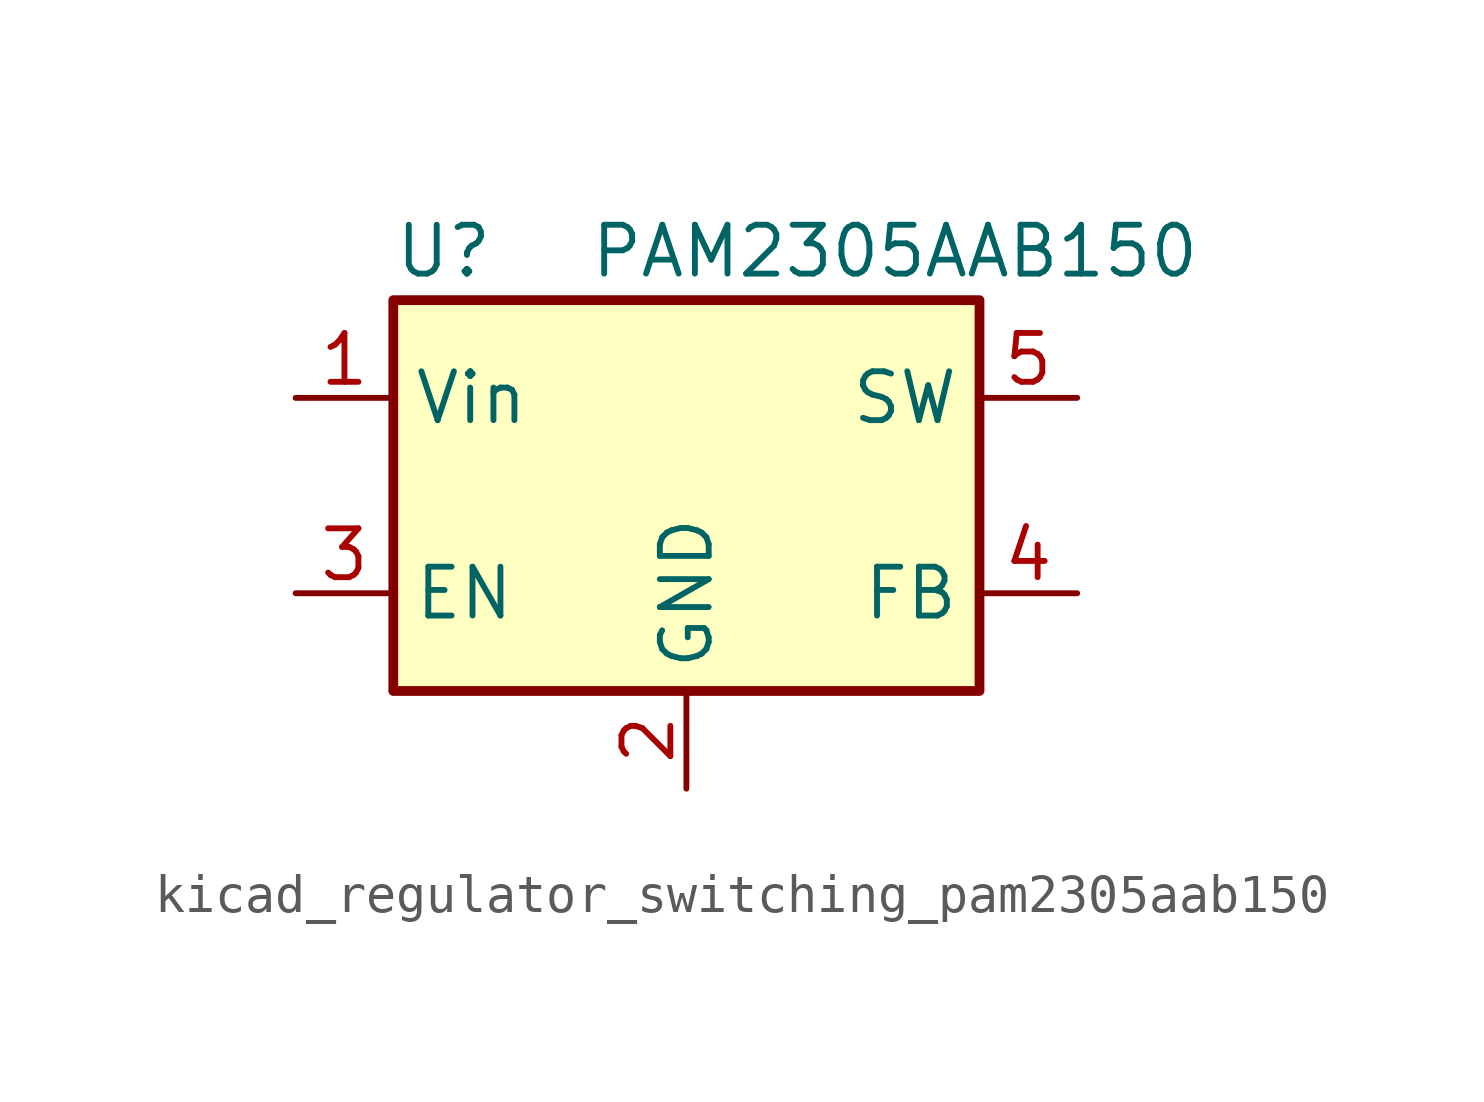
<source format=kicad_sym>
(kicad_symbol_lib
  (version 20220914)
  (generator kicad_symbol_editor)
  (symbol "kicad_regulator_switching_pam2305aab150"
    (property "Reference" "U"
      (at -7.62 6.35 0)
      (effects (font (size 1.27 1.27)) (justify left)))
    (property "Value" "PAM2305AAB150"
      (at -2.54 6.35 0)
      (effects (font (size 1.27 1.27)) (justify left)))
    (symbol "kicad_regulator_switching_pam2305aab150_0_1"
      (rectangle (start -7.62 5.08) (end 7.62 -5.08) (stroke (width 0.254) (type default)) (fill (type background))))
    (symbol "kicad_regulator_switching_pam2305aab150_1_1"
      (pin power_in line (at -10.16 2.54 0) (length 2.54) (name "Vin" (effects (font (size 1.27 1.27)))) (number "1" (effects (font (size 1.27 1.27)))))
      (pin power_in line (at 0 -7.62 90) (length 2.54) (name "GND" (effects (font (size 1.27 1.27)))) (number "2" (effects (font (size 1.27 1.27)))))
      (pin input line (at -10.16 -2.54 0) (length 2.54) (name "EN" (effects (font (size 1.27 1.27)))) (number "3" (effects (font (size 1.27 1.27)))))
      (pin input line (at 10.16 -2.54 180) (length 2.54) (name "FB" (effects (font (size 1.27 1.27)))) (number "4" (effects (font (size 1.27 1.27)))))
      (pin output line (at 10.16 2.54 180) (length 2.54) (name "SW" (effects (font (size 1.27 1.27)))) (number "5" (effects (font (size 1.27 1.27))))))))
</source>
